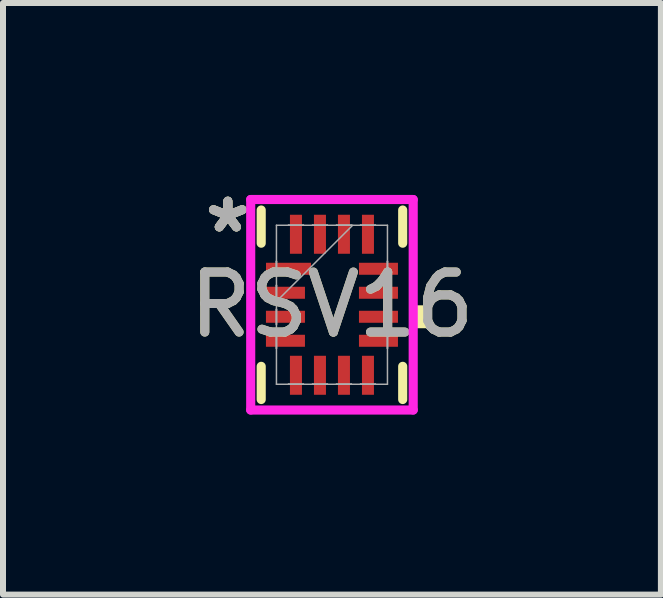
<source format=kicad_pcb>
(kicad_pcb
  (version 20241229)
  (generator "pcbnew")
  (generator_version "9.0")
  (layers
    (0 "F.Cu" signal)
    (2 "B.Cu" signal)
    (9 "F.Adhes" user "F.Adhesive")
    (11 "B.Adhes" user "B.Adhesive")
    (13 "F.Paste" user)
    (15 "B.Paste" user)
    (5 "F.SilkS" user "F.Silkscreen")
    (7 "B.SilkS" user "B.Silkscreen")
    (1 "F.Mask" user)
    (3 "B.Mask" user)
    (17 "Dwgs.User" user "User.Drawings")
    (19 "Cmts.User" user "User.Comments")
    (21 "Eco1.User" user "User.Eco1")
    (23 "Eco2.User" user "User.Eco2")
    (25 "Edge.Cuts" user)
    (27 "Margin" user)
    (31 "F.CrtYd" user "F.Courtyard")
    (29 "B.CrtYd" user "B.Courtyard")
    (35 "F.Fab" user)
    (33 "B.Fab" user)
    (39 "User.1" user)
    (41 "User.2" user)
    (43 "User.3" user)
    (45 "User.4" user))
  (footprint "RSV16"
    (layer "F.Cu")
    (at 2.482 2.029)
    (property "Reference" "RSV16" (at 0 0 0) (unlocked yes) (layer "F.SilkS") (effects (font (size 1 1) (thickness 0.15))))
    (attr smd)
    (fp_poly (pts (xy -1.15 -0.75) (xy -1.15 -0.45) (xy -0.4 -0.45) (xy -0.4 -0.75)) (stroke (width 0) (type solid)) (fill yes) (layer "F.Mask"))
    (fp_poly (pts (xy -1.15 -0.35) (xy -1.15 -0.05) (xy -0.4 -0.05) (xy -0.4 -0.35)) (stroke (width 0) (type solid)) (fill yes) (layer "F.Mask"))
    (fp_poly (pts (xy -1.15 0.05) (xy -1.15 0.35) (xy -0.4 0.35) (xy -0.4 0.05)) (stroke (width 0) (type solid)) (fill yes) (layer "F.Mask"))
    (fp_poly (pts (xy -1.15 0.45) (xy -1.15 0.75) (xy -0.4 0.75) (xy -0.4 0.45)) (stroke (width 0) (type solid)) (fill yes) (layer "F.Mask"))
    (fp_poly (pts (xy -0.75 -1.55) (xy -0.75 -0.8) (xy -0.45 -0.8) (xy -0.45 -1.55)) (stroke (width 0) (type solid)) (fill yes) (layer "F.Mask"))
    (fp_poly (pts (xy -0.75 0.8) (xy -0.75 1.55) (xy -0.45 1.55) (xy -0.45 0.8)) (stroke (width 0) (type solid)) (fill yes) (layer "F.Mask"))
    (fp_poly (pts (xy -0.35 -1.55) (xy -0.35 -0.8) (xy -0.05 -0.8) (xy -0.05 -1.55)) (stroke (width 0) (type solid)) (fill yes) (layer "F.Mask"))
    (fp_poly (pts (xy -0.35 0.8) (xy -0.35 1.55) (xy -0.05 1.55) (xy -0.05 0.8)) (stroke (width 0) (type solid)) (fill yes) (layer "F.Mask"))
    (fp_poly (pts (xy 0.05 -1.55) (xy 0.05 -0.8) (xy 0.35 -0.8) (xy 0.35 -1.55)) (stroke (width 0) (type solid)) (fill yes) (layer "F.Mask"))
    (fp_poly (pts (xy 0.05 0.8) (xy 0.05 1.55) (xy 0.35 1.55) (xy 0.35 0.8)) (stroke (width 0) (type solid)) (fill yes) (layer "F.Mask"))
    (fp_poly (pts (xy 0.4 -0.75) (xy 0.4 -0.45) (xy 1.15 -0.45) (xy 1.15 -0.75)) (stroke (width 0) (type solid)) (fill yes) (layer "F.Mask"))
    (fp_poly (pts (xy 0.4 -0.35) (xy 0.4 -0.05) (xy 1.15 -0.05) (xy 1.15 -0.35)) (stroke (width 0) (type solid)) (fill yes) (layer "F.Mask"))
    (fp_poly (pts (xy 0.4 0.05) (xy 0.4 0.35) (xy 1.15 0.35) (xy 1.15 0.05)) (stroke (width 0) (type solid)) (fill yes) (layer "F.Mask"))
    (fp_poly (pts (xy 0.4 0.45) (xy 0.4 0.75) (xy 1.15 0.75) (xy 1.15 0.45)) (stroke (width 0) (type solid)) (fill yes) (layer "F.Mask"))
    (fp_poly (pts (xy 0.45 -1.55) (xy 0.45 -0.8) (xy 0.75 -0.8) (xy 0.75 -1.55)) (stroke (width 0) (type solid)) (fill yes) (layer "F.Mask"))
    (fp_poly (pts (xy 0.45 0.8) (xy 0.45 1.55) (xy 0.75 1.55) (xy 0.75 0.8)) (stroke (width 0) (type solid)) (fill yes) (layer "F.Mask"))
    (fp_line (start -1.179 -1.579) (end -1.179 -1.026) (stroke (width 0.152) (type solid)) (layer "F.SilkS"))
    (fp_line (start -1.179 1.026) (end -1.179 1.579) (stroke (width 0.152) (type solid)) (layer "F.SilkS"))
    (fp_line (start 1.179 -1.026) (end 1.179 -1.579) (stroke (width 0.152) (type solid)) (layer "F.SilkS"))
    (fp_line (start 1.179 1.579) (end 1.179 1.026) (stroke (width 0.152) (type solid)) (layer "F.SilkS"))
    (fp_poly (pts (xy 1.608 0.009) (xy 1.608 0.391) (xy 1.354 0.391) (xy 1.354 0.009)) (stroke (width 0) (type solid)) (fill yes) (layer "F.SilkS"))
    (fp_poly (pts (xy -1.075 -0.675) (xy -1.075 -0.525) (xy -0.475 -0.525) (xy -0.475 -0.675)) (stroke (width 0) (type solid)) (fill yes) (layer "F.Paste"))
    (fp_poly (pts (xy -1.075 -0.275) (xy -1.075 -0.125) (xy -0.475 -0.125) (xy -0.475 -0.275)) (stroke (width 0) (type solid)) (fill yes) (layer "F.Paste"))
    (fp_poly (pts (xy -1.075 0.125) (xy -1.075 0.275) (xy -0.475 0.275) (xy -0.475 0.125)) (stroke (width 0) (type solid)) (fill yes) (layer "F.Paste"))
    (fp_poly (pts (xy -1.075 0.525) (xy -1.075 0.675) (xy -0.475 0.675) (xy -0.475 0.525)) (stroke (width 0) (type solid)) (fill yes) (layer "F.Paste"))
    (fp_poly (pts (xy -0.675 -1.475) (xy -0.675 -0.875) (xy -0.525 -0.875) (xy -0.525 -1.475)) (stroke (width 0) (type solid)) (fill yes) (layer "F.Paste"))
    (fp_poly (pts (xy -0.675 0.875) (xy -0.675 1.475) (xy -0.525 1.475) (xy -0.525 0.875)) (stroke (width 0) (type solid)) (fill yes) (layer "F.Paste"))
    (fp_poly (pts (xy -0.275 -1.475) (xy -0.275 -0.875) (xy -0.125 -0.875) (xy -0.125 -1.475)) (stroke (width 0) (type solid)) (fill yes) (layer "F.Paste"))
    (fp_poly (pts (xy -0.275 0.875) (xy -0.275 1.475) (xy -0.125 1.475) (xy -0.125 0.875)) (stroke (width 0) (type solid)) (fill yes) (layer "F.Paste"))
    (fp_poly (pts (xy 0.125 -1.475) (xy 0.125 -0.875) (xy 0.275 -0.875) (xy 0.275 -1.475)) (stroke (width 0) (type solid)) (fill yes) (layer "F.Paste"))
    (fp_poly (pts (xy 0.125 0.875) (xy 0.125 1.475) (xy 0.275 1.475) (xy 0.275 0.875)) (stroke (width 0) (type solid)) (fill yes) (layer "F.Paste"))
    (fp_poly (pts (xy 0.475 -0.675) (xy 0.475 -0.525) (xy 1.075 -0.525) (xy 1.075 -0.675)) (stroke (width 0) (type solid)) (fill yes) (layer "F.Paste"))
    (fp_poly (pts (xy 0.475 -0.275) (xy 0.475 -0.125) (xy 1.075 -0.125) (xy 1.075 -0.275)) (stroke (width 0) (type solid)) (fill yes) (layer "F.Paste"))
    (fp_poly (pts (xy 0.475 0.125) (xy 0.475 0.275) (xy 1.075 0.275) (xy 1.075 0.125)) (stroke (width 0) (type solid)) (fill yes) (layer "F.Paste"))
    (fp_poly (pts (xy 0.475 0.525) (xy 0.475 0.675) (xy 1.075 0.675) (xy 1.075 0.525)) (stroke (width 0) (type solid)) (fill yes) (layer "F.Paste"))
    (fp_poly (pts (xy 0.525 -1.475) (xy 0.525 -0.875) (xy 0.675 -0.875) (xy 0.675 -1.475)) (stroke (width 0) (type solid)) (fill yes) (layer "F.Paste"))
    (fp_poly (pts (xy 0.525 0.875) (xy 0.525 1.475) (xy 0.675 1.475) (xy 0.675 0.875)) (stroke (width 0) (type solid)) (fill yes) (layer "F.Paste"))
    (fp_line (start -1.354 -1.754) (end 1.354 -1.754) (stroke (width 0.152) (type solid)) (layer "F.CrtYd"))
    (fp_line (start -1.354 1.754) (end -1.354 -1.754) (stroke (width 0.152) (type solid)) (layer "F.CrtYd"))
    (fp_line (start 1.354 -1.754) (end 1.354 1.754) (stroke (width 0.152) (type solid)) (layer "F.CrtYd"))
    (fp_line (start 1.354 1.754) (end -1.354 1.754) (stroke (width 0.152) (type solid)) (layer "F.CrtYd"))
    (fp_line (start -0.925 -1.325) (end -0.925 1.325) (stroke (width 0.025) (type solid)) (layer "F.Fab"))
    (fp_line (start -0.925 -0.725) (end -0.925 -0.725) (stroke (width 0.025) (type solid)) (layer "F.Fab"))
    (fp_line (start -0.925 -0.725) (end -0.925 -0.475) (stroke (width 0.025) (type solid)) (layer "F.Fab"))
    (fp_line (start -0.925 -0.475) (end -0.925 -0.725) (stroke (width 0.025) (type solid)) (layer "F.Fab"))
    (fp_line (start -0.925 -0.475) (end -0.925 -0.475) (stroke (width 0.025) (type solid)) (layer "F.Fab"))
    (fp_line (start -0.925 -0.325) (end -0.925 -0.325) (stroke (width 0.025) (type solid)) (layer "F.Fab"))
    (fp_line (start -0.925 -0.325) (end -0.925 -0.075) (stroke (width 0.025) (type solid)) (layer "F.Fab"))
    (fp_line (start -0.925 -0.075) (end -0.925 -0.325) (stroke (width 0.025) (type solid)) (layer "F.Fab"))
    (fp_line (start -0.925 -0.075) (end -0.925 -0.075) (stroke (width 0.025) (type solid)) (layer "F.Fab"))
    (fp_line (start -0.925 -0.055) (end 0.345 -1.325) (stroke (width 0.025) (type solid)) (layer "F.Fab"))
    (fp_line (start -0.925 0.075) (end -0.925 0.075) (stroke (width 0.025) (type solid)) (layer "F.Fab"))
    (fp_line (start -0.925 0.075) (end -0.925 0.325) (stroke (width 0.025) (type solid)) (layer "F.Fab"))
    (fp_line (start -0.925 0.325) (end -0.925 0.075) (stroke (width 0.025) (type solid)) (layer "F.Fab"))
    (fp_line (start -0.925 0.325) (end -0.925 0.325) (stroke (width 0.025) (type solid)) (layer "F.Fab"))
    (fp_line (start -0.925 0.475) (end -0.925 0.475) (stroke (width 0.025) (type solid)) (layer "F.Fab"))
    (fp_line (start -0.925 0.475) (end -0.925 0.725) (stroke (width 0.025) (type solid)) (layer "F.Fab"))
    (fp_line (start -0.925 0.725) (end -0.925 0.475) (stroke (width 0.025) (type solid)) (layer "F.Fab"))
    (fp_line (start -0.925 0.725) (end -0.925 0.725) (stroke (width 0.025) (type solid)) (layer "F.Fab"))
    (fp_line (start -0.925 1.325) (end 0.925 1.325) (stroke (width 0.025) (type solid)) (layer "F.Fab"))
    (fp_line (start -0.725 -1.325) (end -0.725 -1.325) (stroke (width 0.025) (type solid)) (layer "F.Fab"))
    (fp_line (start -0.725 -1.325) (end -0.475 -1.325) (stroke (width 0.025) (type solid)) (layer "F.Fab"))
    (fp_line (start -0.725 1.325) (end -0.725 1.325) (stroke (width 0.025) (type solid)) (layer "F.Fab"))
    (fp_line (start -0.725 1.325) (end -0.475 1.325) (stroke (width 0.025) (type solid)) (layer "F.Fab"))
    (fp_line (start -0.475 -1.325) (end -0.725 -1.325) (stroke (width 0.025) (type solid)) (layer "F.Fab"))
    (fp_line (start -0.475 -1.325) (end -0.475 -1.325) (stroke (width 0.025) (type solid)) (layer "F.Fab"))
    (fp_line (start -0.475 1.325) (end -0.725 1.325) (stroke (width 0.025) (type solid)) (layer "F.Fab"))
    (fp_line (start -0.475 1.325) (end -0.475 1.325) (stroke (width 0.025) (type solid)) (layer "F.Fab"))
    (fp_line (start -0.325 -1.325) (end -0.325 -1.325) (stroke (width 0.025) (type solid)) (layer "F.Fab"))
    (fp_line (start -0.325 -1.325) (end -0.075 -1.325) (stroke (width 0.025) (type solid)) (layer "F.Fab"))
    (fp_line (start -0.325 1.325) (end -0.325 1.325) (stroke (width 0.025) (type solid)) (layer "F.Fab"))
    (fp_line (start -0.325 1.325) (end -0.075 1.325) (stroke (width 0.025) (type solid)) (layer "F.Fab"))
    (fp_line (start -0.075 -1.325) (end -0.325 -1.325) (stroke (width 0.025) (type solid)) (layer "F.Fab"))
    (fp_line (start -0.075 -1.325) (end -0.075 -1.325) (stroke (width 0.025) (type solid)) (layer "F.Fab"))
    (fp_line (start -0.075 1.325) (end -0.325 1.325) (stroke (width 0.025) (type solid)) (layer "F.Fab"))
    (fp_line (start -0.075 1.325) (end -0.075 1.325) (stroke (width 0.025) (type solid)) (layer "F.Fab"))
    (fp_line (start 0.075 -1.325) (end 0.075 -1.325) (stroke (width 0.025) (type solid)) (layer "F.Fab"))
    (fp_line (start 0.075 -1.325) (end 0.325 -1.325) (stroke (width 0.025) (type solid)) (layer "F.Fab"))
    (fp_line (start 0.075 1.325) (end 0.075 1.325) (stroke (width 0.025) (type solid)) (layer "F.Fab"))
    (fp_line (start 0.075 1.325) (end 0.325 1.325) (stroke (width 0.025) (type solid)) (layer "F.Fab"))
    (fp_line (start 0.325 -1.325) (end 0.075 -1.325) (stroke (width 0.025) (type solid)) (layer "F.Fab"))
    (fp_line (start 0.325 -1.325) (end 0.325 -1.325) (stroke (width 0.025) (type solid)) (layer "F.Fab"))
    (fp_line (start 0.325 1.325) (end 0.075 1.325) (stroke (width 0.025) (type solid)) (layer "F.Fab"))
    (fp_line (start 0.325 1.325) (end 0.325 1.325) (stroke (width 0.025) (type solid)) (layer "F.Fab"))
    (fp_line (start 0.475 -1.325) (end 0.475 -1.325) (stroke (width 0.025) (type solid)) (layer "F.Fab"))
    (fp_line (start 0.475 -1.325) (end 0.725 -1.325) (stroke (width 0.025) (type solid)) (layer "F.Fab"))
    (fp_line (start 0.475 1.325) (end 0.475 1.325) (stroke (width 0.025) (type solid)) (layer "F.Fab"))
    (fp_line (start 0.475 1.325) (end 0.725 1.325) (stroke (width 0.025) (type solid)) (layer "F.Fab"))
    (fp_line (start 0.725 -1.325) (end 0.475 -1.325) (stroke (width 0.025) (type solid)) (layer "F.Fab"))
    (fp_line (start 0.725 -1.325) (end 0.725 -1.325) (stroke (width 0.025) (type solid)) (layer "F.Fab"))
    (fp_line (start 0.725 1.325) (end 0.475 1.325) (stroke (width 0.025) (type solid)) (layer "F.Fab"))
    (fp_line (start 0.725 1.325) (end 0.725 1.325) (stroke (width 0.025) (type solid)) (layer "F.Fab"))
    (fp_line (start 0.925 -1.325) (end -0.925 -1.325) (stroke (width 0.025) (type solid)) (layer "F.Fab"))
    (fp_line (start 0.925 -0.725) (end 0.925 -0.725) (stroke (width 0.025) (type solid)) (layer "F.Fab"))
    (fp_line (start 0.925 -0.725) (end 0.925 -0.475) (stroke (width 0.025) (type solid)) (layer "F.Fab"))
    (fp_line (start 0.925 -0.475) (end 0.925 -0.725) (stroke (width 0.025) (type solid)) (layer "F.Fab"))
    (fp_line (start 0.925 -0.475) (end 0.925 -0.475) (stroke (width 0.025) (type solid)) (layer "F.Fab"))
    (fp_line (start 0.925 -0.325) (end 0.925 -0.325) (stroke (width 0.025) (type solid)) (layer "F.Fab"))
    (fp_line (start 0.925 -0.325) (end 0.925 -0.075) (stroke (width 0.025) (type solid)) (layer "F.Fab"))
    (fp_line (start 0.925 -0.075) (end 0.925 -0.325) (stroke (width 0.025) (type solid)) (layer "F.Fab"))
    (fp_line (start 0.925 -0.075) (end 0.925 -0.075) (stroke (width 0.025) (type solid)) (layer "F.Fab"))
    (fp_line (start 0.925 0.075) (end 0.925 0.075) (stroke (width 0.025) (type solid)) (layer "F.Fab"))
    (fp_line (start 0.925 0.075) (end 0.925 0.325) (stroke (width 0.025) (type solid)) (layer "F.Fab"))
    (fp_line (start 0.925 0.325) (end 0.925 0.075) (stroke (width 0.025) (type solid)) (layer "F.Fab"))
    (fp_line (start 0.925 0.325) (end 0.925 0.325) (stroke (width 0.025) (type solid)) (layer "F.Fab"))
    (fp_line (start 0.925 0.475) (end 0.925 0.475) (stroke (width 0.025) (type solid)) (layer "F.Fab"))
    (fp_line (start 0.925 0.475) (end 0.925 0.725) (stroke (width 0.025) (type solid)) (layer "F.Fab"))
    (fp_line (start 0.925 0.725) (end 0.925 0.475) (stroke (width 0.025) (type solid)) (layer "F.Fab"))
    (fp_line (start 0.925 0.725) (end 0.925 0.725) (stroke (width 0.025) (type solid)) (layer "F.Fab"))
    (fp_line (start 0.925 1.325) (end 0.925 -1.325) (stroke (width 0.025) (type solid)) (layer "F.Fab"))
    (fp_text user "*" (at -1.735 -1.181 0) (layer "F.SilkS") (effects (font (size 1 1) (thickness 0.15))))
    (fp_text user "*" (at -1.735 -1.181 0) (unlocked yes) (layer "F.SilkS") (effects (font (size 1 1) (thickness 0.15))))
    (fp_text user "*" (at -1.735 -1.181 0) (unlocked yes) (layer "F.Fab") (effects (font (size 1 1) (thickness 0.15))))
    (fp_text user "*" (at -1.735 -1.181 0) (layer "F.Fab") (effects (font (size 1 1) (thickness 0.15))))
    (fp_text user "${REFERENCE}" (at 0 0 0) (unlocked yes) (layer "F.Fab") (effects (font (size 1 1) (thickness 0.15))))
    (pad "1" smd rect (at -0.724 -0.6 90) (size 0.2 0.75) (layers "F.Cu" "F.Mask" "F.Paste"))
    (pad "2" smd rect (at -0.775 -0.2 90) (size 0.2 0.65) (layers "F.Cu" "F.Mask"))
    (pad "3" smd rect (at -0.775 0.2 90) (size 0.2 0.65) (layers "F.Cu" "F.Mask"))
    (pad "4" smd rect (at -0.775 0.6 90) (size 0.2 0.65) (layers "F.Cu" "F.Mask"))
    (pad "5" smd rect (at -0.6 1.175) (size 0.2 0.65) (layers "F.Cu" "F.Mask"))
    (pad "6" smd rect (at -0.2 1.175) (size 0.2 0.65) (layers "F.Cu" "F.Mask"))
    (pad "7" smd rect (at 0.2 1.175) (size 0.2 0.65) (layers "F.Cu" "F.Mask"))
    (pad "8" smd rect (at 0.6 1.175) (size 0.2 0.65) (layers "F.Cu" "F.Mask"))
    (pad "9" smd rect (at 0.775 0.6 90) (size 0.2 0.65) (layers "F.Cu" "F.Mask"))
    (pad "10" smd rect (at 0.775 0.2 90) (size 0.2 0.65) (layers "F.Cu" "F.Mask"))
    (pad "11" smd rect (at 0.775 -0.2 90) (size 0.2 0.65) (layers "F.Cu" "F.Mask"))
    (pad "12" smd rect (at 0.775 -0.6 90) (size 0.2 0.65) (layers "F.Cu" "F.Mask"))
    (pad "13" smd rect (at 0.6 -1.175) (size 0.2 0.65) (layers "F.Cu" "F.Mask"))
    (pad "14" smd rect (at 0.2 -1.175) (size 0.2 0.65) (layers "F.Cu" "F.Mask"))
    (pad "15" smd rect (at -0.2 -1.175) (size 0.2 0.65) (layers "F.Cu" "F.Mask"))
    (pad "16" smd rect (at -0.6 -1.175) (size 0.2 0.65) (layers "F.Cu" "F.Mask")))
  (gr_rect
    (start -3 -3)
    (end 7.964 6.859)
    (stroke (width 0.1) (type default))
    (fill no)
    (layer "Edge.Cuts")))
</source>
